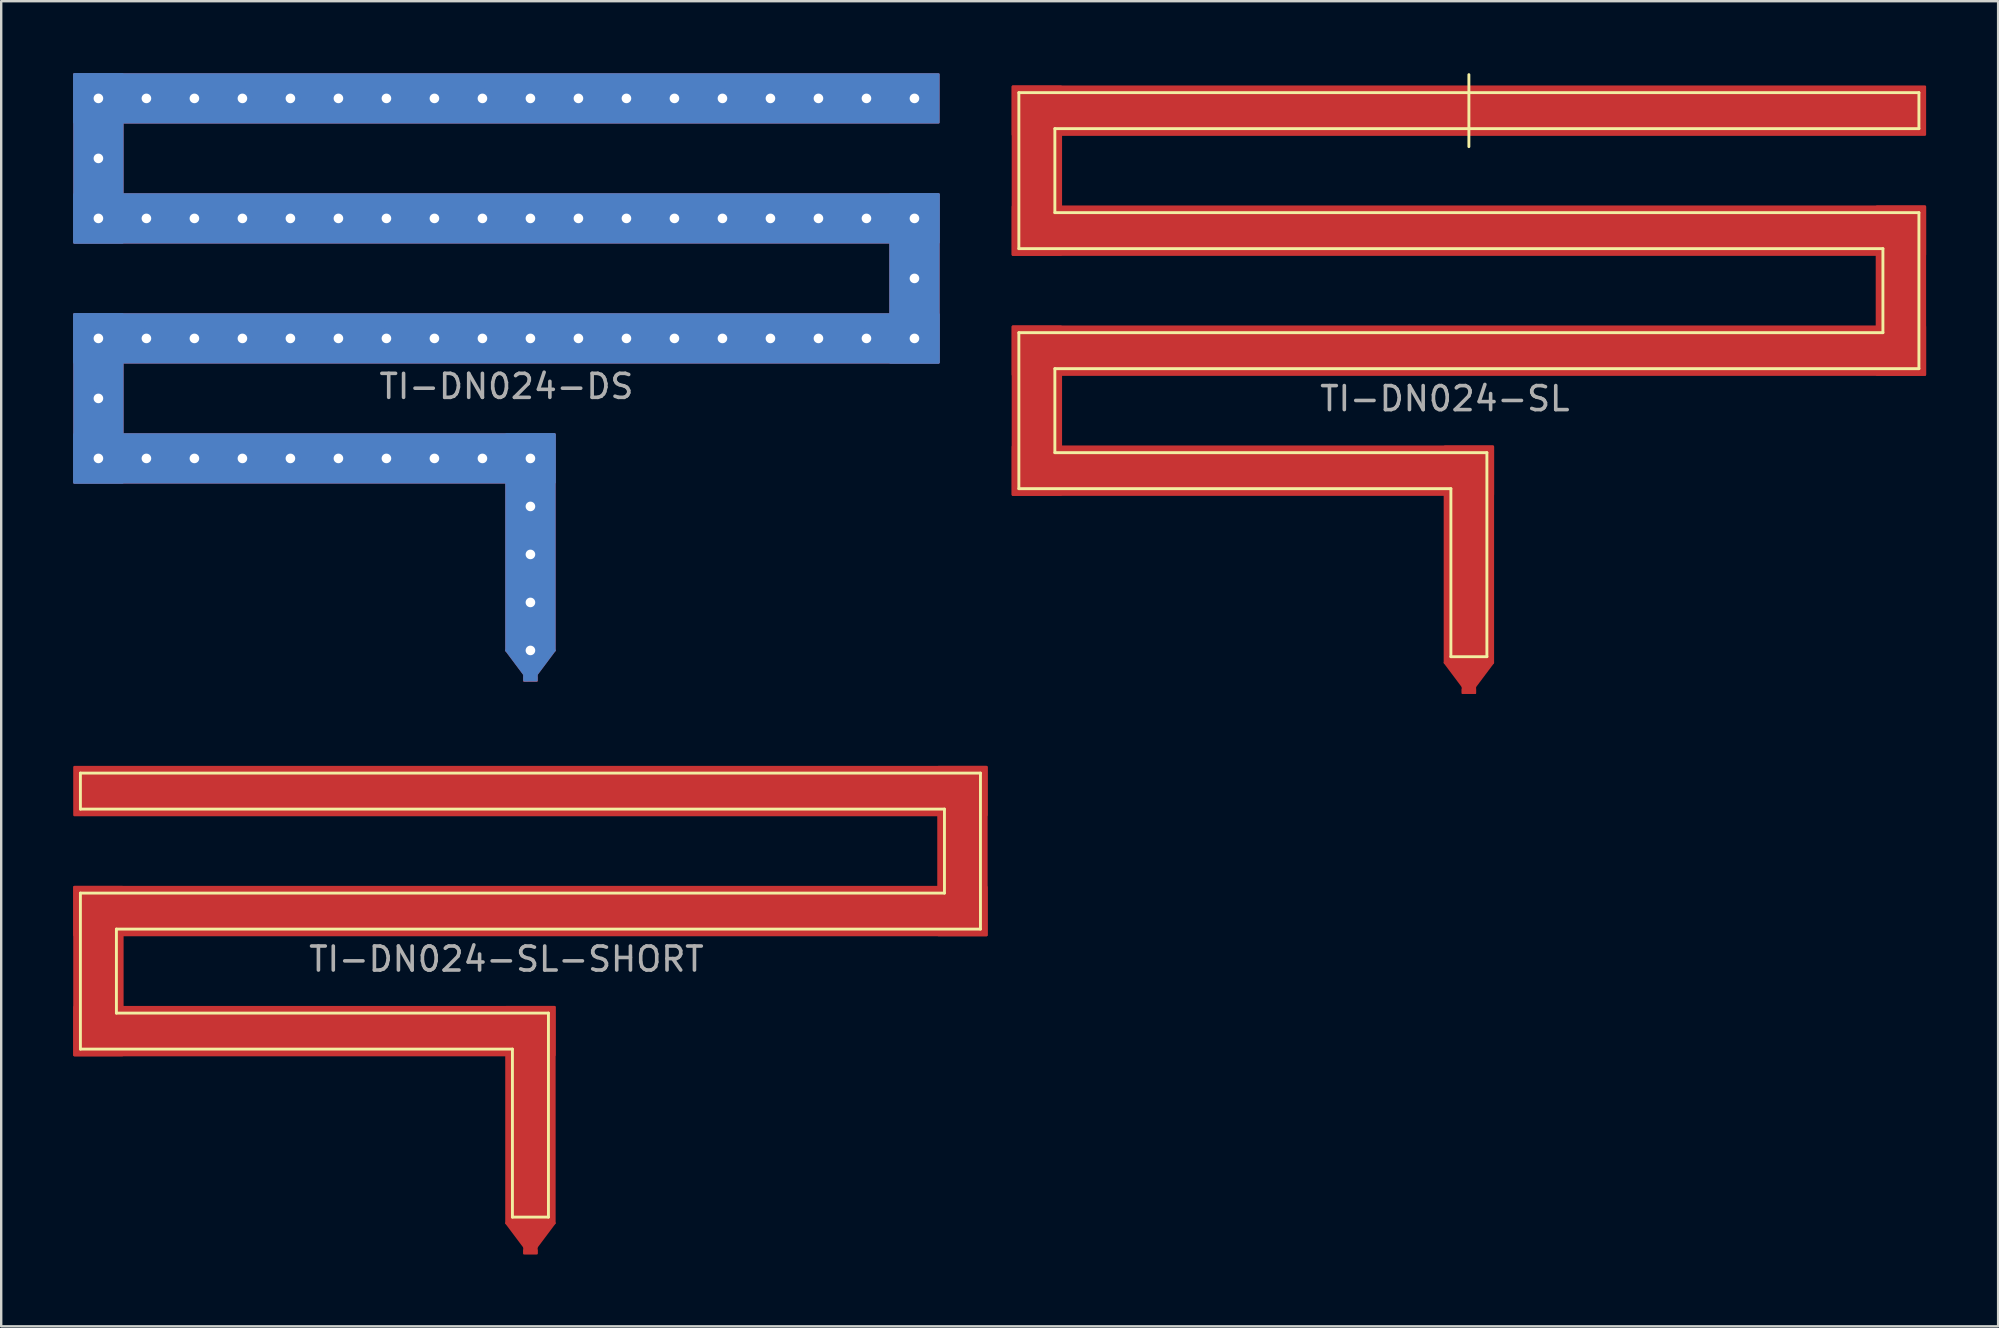
<source format=kicad_pcb>
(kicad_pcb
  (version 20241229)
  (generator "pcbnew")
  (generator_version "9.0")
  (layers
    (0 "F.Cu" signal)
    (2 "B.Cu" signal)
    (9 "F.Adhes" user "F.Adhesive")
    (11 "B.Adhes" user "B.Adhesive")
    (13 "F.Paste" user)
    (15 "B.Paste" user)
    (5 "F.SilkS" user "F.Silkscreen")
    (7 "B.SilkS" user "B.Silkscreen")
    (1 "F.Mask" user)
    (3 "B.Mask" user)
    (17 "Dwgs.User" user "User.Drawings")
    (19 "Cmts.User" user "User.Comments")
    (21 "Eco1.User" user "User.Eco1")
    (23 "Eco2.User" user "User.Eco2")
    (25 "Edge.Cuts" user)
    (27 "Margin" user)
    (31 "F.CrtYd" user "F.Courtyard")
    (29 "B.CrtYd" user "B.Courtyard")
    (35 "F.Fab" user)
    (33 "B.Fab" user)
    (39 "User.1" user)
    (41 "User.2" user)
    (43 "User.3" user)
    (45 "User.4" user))
  (footprint "TI-DN024-DS"
    (layer "F.Cu")
    (at 19.05 11.05)
    (property "Reference" "TI-DN024-DS" (at -1 2 0) (layer "F.Fab") (effects (font (size 1 1) (thickness 0.15))))
    (attr through_hole)
    (fp_poly (pts (xy -19 -11) (xy -19 -4) (xy -17 -4) (xy -17 -11)) (stroke (width 0.1) (type solid)) (fill yes) (layer "F.Cu"))
    (fp_poly (pts (xy -19 -4) (xy 17 -4) (xy 17 -6) (xy -19 -6)) (stroke (width 0.1) (type solid)) (fill yes) (layer "F.Cu"))
    (fp_poly (pts (xy -19 -1) (xy -19 6) (xy -17 6) (xy -17 -1)) (stroke (width 0.1) (type solid)) (fill yes) (layer "F.Cu"))
    (fp_poly (pts (xy -19 6) (xy 1 6) (xy 1 4) (xy -19 4)) (stroke (width 0.1) (type solid)) (fill yes) (layer "F.Cu"))
    (fp_poly (pts (xy -0.25 14.05) (xy 0.25 14.05) (xy 0.25 14.25) (xy -0.25 14.25)) (stroke (width 0.1) (type solid)) (fill yes) (layer "F.Cu"))
    (fp_poly (pts (xy 1 13) (xy -1 13) (xy -1 4) (xy 1 4)) (stroke (width 0.1) (type solid)) (fill yes) (layer "F.Cu"))
    (fp_poly (pts (xy 1 13) (xy -1 13) (xy -0.25 14) (xy 0.25 14)) (stroke (width 0.1) (type solid)) (fill yes) (layer "F.Cu"))
    (fp_poly (pts (xy 17 -11) (xy -19 -11) (xy -19 -9) (xy 17 -9)) (stroke (width 0.1) (type solid)) (fill yes) (layer "F.Cu"))
    (fp_poly (pts (xy 17 -6) (xy 17 1) (xy 15 1) (xy 15 -6)) (stroke (width 0.1) (type solid)) (fill yes) (layer "F.Cu"))
    (fp_poly (pts (xy 17 1) (xy -19 1) (xy -19 -1) (xy 17 -1)) (stroke (width 0.1) (type solid)) (fill yes) (layer "F.Cu"))
    (fp_poly (pts (xy -19 -11) (xy -19 -4) (xy -17 -4) (xy -17 -11)) (stroke (width 0.1) (type solid)) (fill yes) (layer "B.Cu"))
    (fp_poly (pts (xy -19 -1) (xy -17 -1) (xy -17 6) (xy -19 6)) (stroke (width 0.1) (type solid)) (fill yes) (layer "B.Cu"))
    (fp_poly (pts (xy -19 4) (xy 1 4) (xy 1 6) (xy -19 6)) (stroke (width 0.1) (type solid)) (fill yes) (layer "B.Cu"))
    (fp_poly (pts (xy -1 4) (xy 1 4) (xy 1 13) (xy -1 13)) (stroke (width 0.1) (type solid)) (fill yes) (layer "B.Cu"))
    (fp_poly (pts (xy -1 13) (xy 1 13) (xy 0.254 14) (xy -0.254 14)) (stroke (width 0.1) (type solid)) (fill yes) (layer "B.Cu"))
    (fp_poly (pts (xy -0.254 14.047) (xy 0.254 14.046) (xy 0.254 14.249) (xy -0.254 14.25)) (stroke (width 0.1) (type solid)) (fill yes) (layer "B.Cu"))
    (fp_poly (pts (xy 15 -6) (xy 15 1) (xy 17 1) (xy 17 -6)) (stroke (width 0.1) (type solid)) (fill yes) (layer "B.Cu"))
    (fp_poly (pts (xy 17 -11) (xy -19 -11) (xy -19 -9) (xy 17 -9)) (stroke (width 0.1) (type solid)) (fill yes) (layer "B.Cu"))
    (fp_poly (pts (xy 17 -6) (xy -19 -6) (xy -19 -4) (xy 17 -4)) (stroke (width 0.1) (type solid)) (fill yes) (layer "B.Cu"))
    (fp_poly (pts (xy 17 1) (xy -19 1) (xy -19 -1) (xy 17 -1)) (stroke (width 0.1) (type solid)) (fill yes) (layer "B.Cu"))
    (pad "1" thru_hole circle (at -18 -10) (size 0.8 0.8) (drill 0.4) (layers "*.Cu"))
    (pad "1" thru_hole circle (at -18 -7.5) (size 0.8 0.8) (drill 0.4) (layers "*.Cu"))
    (pad "1" thru_hole circle (at -18 -5) (size 0.8 0.8) (drill 0.4) (layers "*.Cu"))
    (pad "1" thru_hole circle (at -18 0) (size 0.8 0.8) (drill 0.4) (layers "*.Cu"))
    (pad "1" thru_hole circle (at -18 2.5) (size 0.8 0.8) (drill 0.4) (layers "*.Cu"))
    (pad "1" thru_hole circle (at -18 5) (size 0.8 0.8) (drill 0.4) (layers "*.Cu"))
    (pad "1" thru_hole circle (at -16 -10) (size 0.8 0.8) (drill 0.4) (layers "*.Cu"))
    (pad "1" thru_hole circle (at -16 -5) (size 0.8 0.8) (drill 0.4) (layers "*.Cu"))
    (pad "1" thru_hole circle (at -16 0) (size 0.8 0.8) (drill 0.4) (layers "*.Cu"))
    (pad "1" thru_hole circle (at -16 5) (size 0.8 0.8) (drill 0.4) (layers "*.Cu"))
    (pad "1" thru_hole circle (at -14 -10) (size 0.8 0.8) (drill 0.4) (layers "*.Cu"))
    (pad "1" thru_hole circle (at -14 -5) (size 0.8 0.8) (drill 0.4) (layers "*.Cu"))
    (pad "1" thru_hole circle (at -14 0) (size 0.8 0.8) (drill 0.4) (layers "*.Cu"))
    (pad "1" thru_hole circle (at -14 5) (size 0.8 0.8) (drill 0.4) (layers "*.Cu"))
    (pad "1" thru_hole circle (at -12 -10) (size 0.8 0.8) (drill 0.4) (layers "*.Cu"))
    (pad "1" thru_hole circle (at -12 -5) (size 0.8 0.8) (drill 0.4) (layers "*.Cu"))
    (pad "1" thru_hole circle (at -12 0) (size 0.8 0.8) (drill 0.4) (layers "*.Cu"))
    (pad "1" thru_hole circle (at -12 5) (size 0.8 0.8) (drill 0.4) (layers "*.Cu"))
    (pad "1" thru_hole circle (at -10 -10) (size 0.8 0.8) (drill 0.4) (layers "*.Cu"))
    (pad "1" thru_hole circle (at -10 -5) (size 0.8 0.8) (drill 0.4) (layers "*.Cu"))
    (pad "1" thru_hole circle (at -10 0) (size 0.8 0.8) (drill 0.4) (layers "*.Cu"))
    (pad "1" thru_hole circle (at -10 5) (size 0.8 0.8) (drill 0.4) (layers "*.Cu"))
    (pad "1" thru_hole circle (at -8 -10) (size 0.8 0.8) (drill 0.4) (layers "*.Cu"))
    (pad "1" thru_hole circle (at -8 -5) (size 0.8 0.8) (drill 0.4) (layers "*.Cu"))
    (pad "1" thru_hole circle (at -8 0) (size 0.8 0.8) (drill 0.4) (layers "*.Cu"))
    (pad "1" thru_hole circle (at -8 5) (size 0.8 0.8) (drill 0.4) (layers "*.Cu"))
    (pad "1" thru_hole circle (at -6 -10) (size 0.8 0.8) (drill 0.4) (layers "*.Cu"))
    (pad "1" thru_hole circle (at -6 -5) (size 0.8 0.8) (drill 0.4) (layers "*.Cu"))
    (pad "1" thru_hole circle (at -6 0) (size 0.8 0.8) (drill 0.4) (layers "*.Cu"))
    (pad "1" thru_hole circle (at -6 5) (size 0.8 0.8) (drill 0.4) (layers "*.Cu"))
    (pad "1" thru_hole circle (at -4 -10) (size 0.8 0.8) (drill 0.4) (layers "*.Cu"))
    (pad "1" thru_hole circle (at -4 -5) (size 0.8 0.8) (drill 0.4) (layers "*.Cu"))
    (pad "1" thru_hole circle (at -4 0) (size 0.8 0.8) (drill 0.4) (layers "*.Cu"))
    (pad "1" thru_hole circle (at -4 5) (size 0.8 0.8) (drill 0.4) (layers "*.Cu"))
    (pad "1" thru_hole circle (at -2 -10) (size 0.8 0.8) (drill 0.4) (layers "*.Cu"))
    (pad "1" thru_hole circle (at -2 -5) (size 0.8 0.8) (drill 0.4) (layers "*.Cu"))
    (pad "1" thru_hole circle (at -2 0) (size 0.8 0.8) (drill 0.4) (layers "*.Cu"))
    (pad "1" thru_hole circle (at -2 5) (size 0.8 0.8) (drill 0.4) (layers "*.Cu"))
    (pad "1" thru_hole circle (at 0 -10) (size 0.8 0.8) (drill 0.4) (layers "*.Cu"))
    (pad "1" thru_hole circle (at 0 -5) (size 0.8 0.8) (drill 0.4) (layers "*.Cu"))
    (pad "1" thru_hole circle (at 0 0) (size 0.8 0.8) (drill 0.4) (layers "*.Cu"))
    (pad "1" thru_hole circle (at 0 5) (size 0.8 0.8) (drill 0.4) (layers "*.Cu"))
    (pad "1" thru_hole circle (at 0 7) (size 0.8 0.8) (drill 0.4) (layers "*.Cu"))
    (pad "1" thru_hole circle (at 0 9) (size 0.8 0.8) (drill 0.4) (layers "*.Cu"))
    (pad "1" thru_hole circle (at 0 11) (size 0.8 0.8) (drill 0.4) (layers "*.Cu"))
    (pad "1" thru_hole circle (at 0 13) (size 0.8 0.8) (drill 0.4) (layers "*.Cu"))
    (pad "1" smd rect (at 0 14.2) (size 0.6 0.2) (layers "F.Cu" "F.Mask" "F.Paste"))
    (pad "1" thru_hole circle (at 2 -10) (size 0.8 0.8) (drill 0.4) (layers "*.Cu"))
    (pad "1" thru_hole circle (at 2 -5) (size 0.8 0.8) (drill 0.4) (layers "*.Cu"))
    (pad "1" thru_hole circle (at 2 0) (size 0.8 0.8) (drill 0.4) (layers "*.Cu"))
    (pad "1" thru_hole circle (at 4 -10) (size 0.8 0.8) (drill 0.4) (layers "*.Cu"))
    (pad "1" thru_hole circle (at 4 -5) (size 0.8 0.8) (drill 0.4) (layers "*.Cu"))
    (pad "1" thru_hole circle (at 4 0) (size 0.8 0.8) (drill 0.4) (layers "*.Cu"))
    (pad "1" thru_hole circle (at 6 -10) (size 0.8 0.8) (drill 0.4) (layers "*.Cu"))
    (pad "1" thru_hole circle (at 6 -5) (size 0.8 0.8) (drill 0.4) (layers "*.Cu"))
    (pad "1" thru_hole circle (at 6 0) (size 0.8 0.8) (drill 0.4) (layers "*.Cu"))
    (pad "1" thru_hole circle (at 8 -10) (size 0.8 0.8) (drill 0.4) (layers "*.Cu"))
    (pad "1" thru_hole circle (at 8 -5) (size 0.8 0.8) (drill 0.4) (layers "*.Cu"))
    (pad "1" thru_hole circle (at 8 0) (size 0.8 0.8) (drill 0.4) (layers "*.Cu"))
    (pad "1" thru_hole circle (at 10 -10) (size 0.8 0.8) (drill 0.4) (layers "*.Cu"))
    (pad "1" thru_hole circle (at 10 -5) (size 0.8 0.8) (drill 0.4) (layers "*.Cu"))
    (pad "1" thru_hole circle (at 10 0) (size 0.8 0.8) (drill 0.4) (layers "*.Cu"))
    (pad "1" thru_hole circle (at 12 -10) (size 0.8 0.8) (drill 0.4) (layers "*.Cu"))
    (pad "1" thru_hole circle (at 12 -5) (size 0.8 0.8) (drill 0.4) (layers "*.Cu"))
    (pad "1" thru_hole circle (at 12 0) (size 0.8 0.8) (drill 0.4) (layers "*.Cu"))
    (pad "1" thru_hole circle (at 14 -10) (size 0.8 0.8) (drill 0.4) (layers "*.Cu"))
    (pad "1" thru_hole circle (at 14 -5) (size 0.8 0.8) (drill 0.4) (layers "*.Cu"))
    (pad "1" thru_hole circle (at 14 0) (size 0.8 0.8) (drill 0.4) (layers "*.Cu"))
    (pad "1" thru_hole circle (at 16 -10) (size 0.8 0.8) (drill 0.4) (layers "*.Cu"))
    (pad "1" thru_hole circle (at 16 -5) (size 0.8 0.8) (drill 0.4) (layers "*.Cu"))
    (pad "1" thru_hole circle (at 16 -2.5) (size 0.8 0.8) (drill 0.4) (layers "*.Cu"))
    (pad "1" thru_hole circle (at 16 0) (size 0.8 0.8) (drill 0.4) (layers "*.Cu")))
  (footprint "TI-DN024-SL"
    (layer "F.Cu")
    (at 58.15 11.56)
    (property "Reference" "TI-DN024-SL" (at -1 2 0) (layer "F.Fab") (effects (font (size 1 1) (thickness 0.15))))
    (attr through_hole)
    (fp_poly (pts (xy -19 -11) (xy -19 -4) (xy -17 -4) (xy -17 -11)) (stroke (width 0.1) (type solid)) (fill yes) (layer "F.Cu"))
    (fp_poly (pts (xy -19 -4) (xy 19 -4) (xy 19 -6) (xy -19 -6)) (stroke (width 0.1) (type solid)) (fill yes) (layer "F.Cu"))
    (fp_poly (pts (xy -19 -1) (xy -19 6) (xy -17 6) (xy -17 -1)) (stroke (width 0.1) (type solid)) (fill yes) (layer "F.Cu"))
    (fp_poly (pts (xy -19 6) (xy 1 6) (xy 1 4) (xy -19 4)) (stroke (width 0.1) (type solid)) (fill yes) (layer "F.Cu"))
    (fp_poly (pts (xy -0.25 13.995) (xy 0.25 13.995) (xy 0.25 14.25) (xy -0.25 14.25)) (stroke (width 0.1) (type solid)) (fill yes) (layer "F.Cu"))
    (fp_poly (pts (xy 1 13) (xy -1 13) (xy -1 4) (xy 1 4)) (stroke (width 0.1) (type solid)) (fill yes) (layer "F.Cu"))
    (fp_poly (pts (xy 1 13) (xy -1 13) (xy -0.25 14) (xy 0.25 14)) (stroke (width 0.1) (type solid)) (fill yes) (layer "F.Cu"))
    (fp_poly (pts (xy 19 -11) (xy -19 -11) (xy -19 -9) (xy 19 -9)) (stroke (width 0.1) (type solid)) (fill yes) (layer "F.Cu"))
    (fp_poly (pts (xy 19 -6) (xy 19 1) (xy 17 1) (xy 17 -6)) (stroke (width 0.1) (type solid)) (fill yes) (layer "F.Cu"))
    (fp_poly (pts (xy 19 1) (xy -19 1) (xy -19 -1) (xy 19 -1)) (stroke (width 0.1) (type solid)) (fill yes) (layer "F.Cu"))
    (fp_line (start -18.75 -10.75) (end 18.75 -10.75) (stroke (width 0.12) (type solid)) (layer "F.SilkS"))
    (fp_line (start -18.75 -4.25) (end -18.75 -10.75) (stroke (width 0.12) (type solid)) (layer "F.SilkS"))
    (fp_line (start -18.75 -0.75) (end 17.25 -0.75) (stroke (width 0.12) (type solid)) (layer "F.SilkS"))
    (fp_line (start -18.75 5.75) (end -18.75 -0.75) (stroke (width 0.12) (type solid)) (layer "F.SilkS"))
    (fp_line (start -17.25 -9.25) (end -17.25 -5.75) (stroke (width 0.12) (type solid)) (layer "F.SilkS"))
    (fp_line (start -17.25 -5.75) (end 18.75 -5.75) (stroke (width 0.12) (type solid)) (layer "F.SilkS"))
    (fp_line (start -17.25 0.75) (end -17.25 4.25) (stroke (width 0.12) (type solid)) (layer "F.SilkS"))
    (fp_line (start -17.25 4.25) (end 0.75 4.25) (stroke (width 0.12) (type solid)) (layer "F.SilkS"))
    (fp_line (start -0.75 5.75) (end -18.75 5.75) (stroke (width 0.12) (type solid)) (layer "F.SilkS"))
    (fp_line (start -0.75 12.75) (end -0.75 5.75) (stroke (width 0.12) (type solid)) (layer "F.SilkS"))
    (fp_line (start 0 -11.5) (end 0 -8.5) (stroke (width 0.12) (type solid)) (layer "F.SilkS"))
    (fp_line (start 0.75 4.25) (end 0.75 12.75) (stroke (width 0.12) (type solid)) (layer "F.SilkS"))
    (fp_line (start 0.75 12.75) (end -0.75 12.75) (stroke (width 0.12) (type solid)) (layer "F.SilkS"))
    (fp_line (start 17.25 -4.25) (end -18.75 -4.25) (stroke (width 0.12) (type solid)) (layer "F.SilkS"))
    (fp_line (start 17.25 -0.75) (end 17.25 -4.25) (stroke (width 0.12) (type solid)) (layer "F.SilkS"))
    (fp_line (start 18.75 -10.75) (end 18.75 -9.25) (stroke (width 0.12) (type solid)) (layer "F.SilkS"))
    (fp_line (start 18.75 -9.25) (end -17.25 -9.25) (stroke (width 0.12) (type solid)) (layer "F.SilkS"))
    (fp_line (start 18.75 -5.75) (end 18.75 0.75) (stroke (width 0.12) (type solid)) (layer "F.SilkS"))
    (fp_line (start 18.75 0.75) (end -17.25 0.75) (stroke (width 0.12) (type solid)) (layer "F.SilkS"))
    (pad "1" smd rect (at 0 14.2) (size 0.6 0.2) (layers "F.Cu" "F.Mask" "F.Paste")))
  (footprint "TI-DN024-SL-SHORT"
    (layer "F.Cu")
    (at 19.05 34.91)
    (property "Reference" "TI-DN024-SL-SHORT" (at -1 2 0) (layer "F.Fab") (effects (font (size 1 1) (thickness 0.15))))
    (attr through_hole)
    (fp_poly (pts (xy -19 -4) (xy 19 -4) (xy 19 -6) (xy -19 -6)) (stroke (width 0.1) (type solid)) (fill yes) (layer "F.Cu"))
    (fp_poly (pts (xy -19 -1) (xy -19 6) (xy -17 6) (xy -17 -1)) (stroke (width 0.1) (type solid)) (fill yes) (layer "F.Cu"))
    (fp_poly (pts (xy -19 6) (xy 1 6) (xy 1 4) (xy -19 4)) (stroke (width 0.1) (type solid)) (fill yes) (layer "F.Cu"))
    (fp_poly (pts (xy -0.25 13.995) (xy 0.25 13.995) (xy 0.25 14.25) (xy -0.25 14.25)) (stroke (width 0.1) (type solid)) (fill yes) (layer "F.Cu"))
    (fp_poly (pts (xy 1 13) (xy -1 13) (xy -1 4) (xy 1 4)) (stroke (width 0.1) (type solid)) (fill yes) (layer "F.Cu"))
    (fp_poly (pts (xy 1 13) (xy -1 13) (xy -0.25 14) (xy 0.25 14)) (stroke (width 0.1) (type solid)) (fill yes) (layer "F.Cu"))
    (fp_poly (pts (xy 19 -6) (xy 19 1) (xy 17 1) (xy 17 -6)) (stroke (width 0.1) (type solid)) (fill yes) (layer "F.Cu"))
    (fp_poly (pts (xy 19 1) (xy -19 1) (xy -19 -1) (xy 19 -1)) (stroke (width 0.1) (type solid)) (fill yes) (layer "F.Cu"))
    (fp_line (start -18.75 -5.75) (end 18.75 -5.75) (stroke (width 0.12) (type solid)) (layer "F.SilkS"))
    (fp_line (start -18.75 -4.25) (end -18.75 -5.75) (stroke (width 0.12) (type solid)) (layer "F.SilkS"))
    (fp_line (start -18.75 -0.75) (end 17.25 -0.75) (stroke (width 0.12) (type solid)) (layer "F.SilkS"))
    (fp_line (start -18.75 5.75) (end -18.75 -0.75) (stroke (width 0.12) (type solid)) (layer "F.SilkS"))
    (fp_line (start -17.25 0.75) (end -17.25 4.25) (stroke (width 0.12) (type solid)) (layer "F.SilkS"))
    (fp_line (start -17.25 4.25) (end 0.75 4.25) (stroke (width 0.12) (type solid)) (layer "F.SilkS"))
    (fp_line (start -0.75 5.75) (end -18.75 5.75) (stroke (width 0.12) (type solid)) (layer "F.SilkS"))
    (fp_line (start -0.75 12.75) (end -0.75 5.75) (stroke (width 0.12) (type solid)) (layer "F.SilkS"))
    (fp_line (start 0.75 4.25) (end 0.75 12.75) (stroke (width 0.12) (type solid)) (layer "F.SilkS"))
    (fp_line (start 0.75 12.75) (end -0.75 12.75) (stroke (width 0.12) (type solid)) (layer "F.SilkS"))
    (fp_line (start 17.25 -4.25) (end -18.75 -4.25) (stroke (width 0.12) (type solid)) (layer "F.SilkS"))
    (fp_line (start 17.25 -0.75) (end 17.25 -4.25) (stroke (width 0.12) (type solid)) (layer "F.SilkS"))
    (fp_line (start 18.75 -5.75) (end 18.75 0.75) (stroke (width 0.12) (type solid)) (layer "F.SilkS"))
    (fp_line (start 18.75 0.75) (end -17.25 0.75) (stroke (width 0.12) (type solid)) (layer "F.SilkS"))
    (pad "1" smd rect (at 0 14.2) (size 0.6 0.2) (layers "F.Cu" "F.Mask" "F.Paste")))
  (gr_rect
    (start -3 -3)
    (end 80.2 52.21)
    (stroke (width 0.1) (type default))
    (fill no)
    (layer "Edge.Cuts")))
</source>
